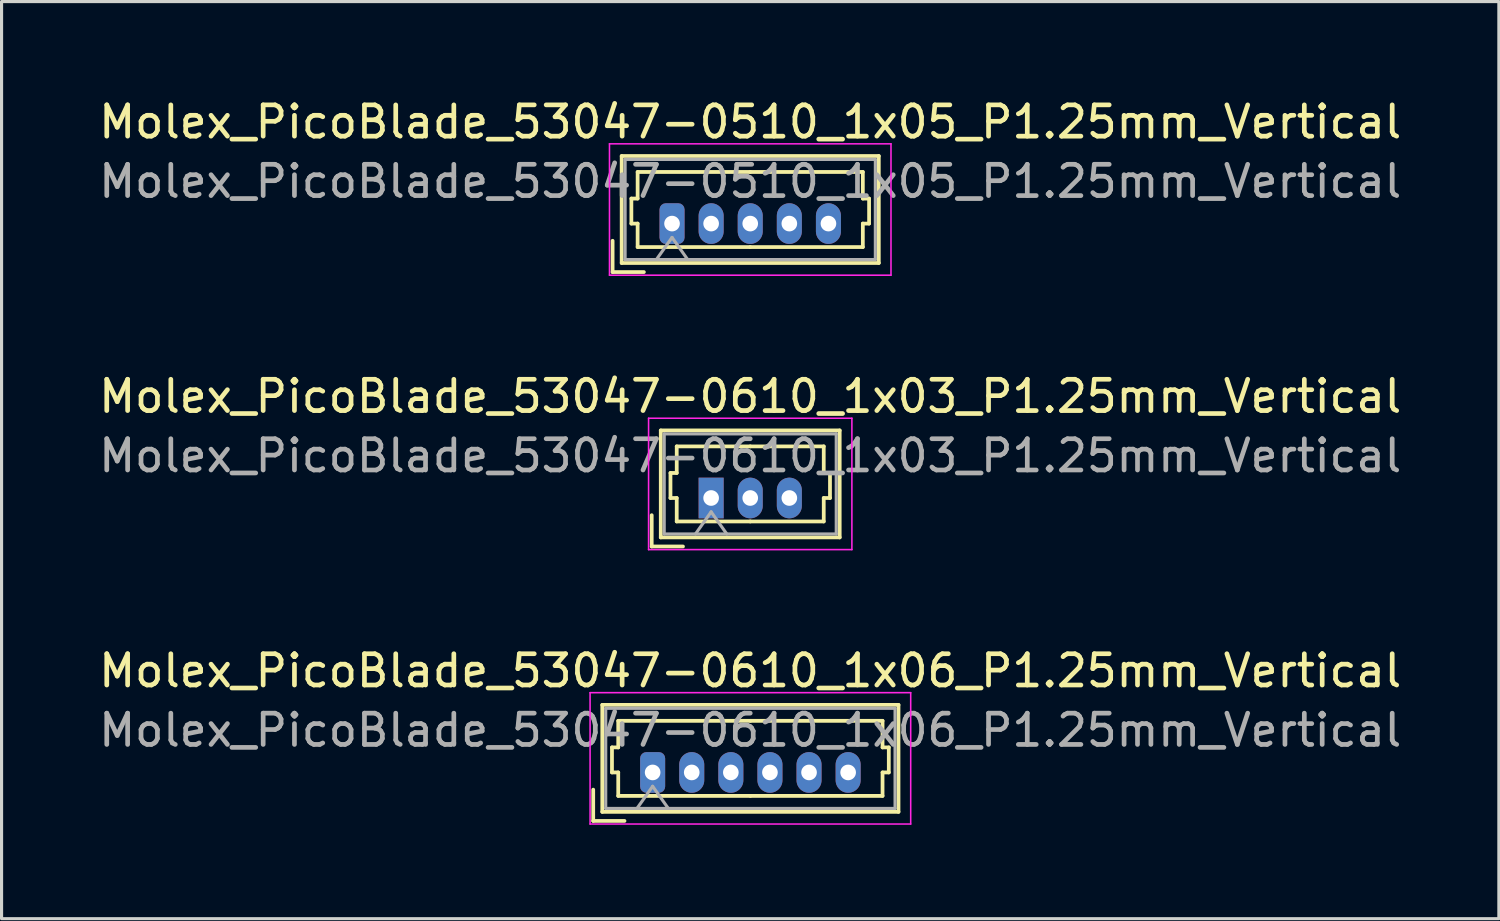
<source format=kicad_pcb>
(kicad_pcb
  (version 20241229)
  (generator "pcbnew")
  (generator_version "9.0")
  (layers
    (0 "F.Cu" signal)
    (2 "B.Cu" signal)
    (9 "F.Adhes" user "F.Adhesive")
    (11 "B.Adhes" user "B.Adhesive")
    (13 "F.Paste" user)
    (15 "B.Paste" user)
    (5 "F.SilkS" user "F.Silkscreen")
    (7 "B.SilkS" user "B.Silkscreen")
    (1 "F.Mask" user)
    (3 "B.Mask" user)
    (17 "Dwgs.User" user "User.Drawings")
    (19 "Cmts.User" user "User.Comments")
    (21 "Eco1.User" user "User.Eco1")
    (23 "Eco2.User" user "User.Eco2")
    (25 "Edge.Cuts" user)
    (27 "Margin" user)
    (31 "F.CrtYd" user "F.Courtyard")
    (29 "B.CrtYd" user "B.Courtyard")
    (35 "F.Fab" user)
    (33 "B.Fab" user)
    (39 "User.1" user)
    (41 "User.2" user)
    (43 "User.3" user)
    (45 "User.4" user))
  (footprint "Molex_PicoBlade_53047-0610_1x03_P1.25mm_Vertical"
    (layer "F.Cu")
    (at 19.685 12.871)
    (property "Reference" "Molex_PicoBlade_53047-0610_1x03_P1.25mm_Vertical" (at 1.25 -3.25 0) (layer "F.SilkS") (effects (font (size 1 1) (thickness 0.15))))
    (attr through_hole)
    (fp_line (start -1.9 1.55) (end -1.9 0.55) (stroke (width 0.12) (type solid)) (layer "F.SilkS"))
    (fp_line (start -1.9 1.55) (end -0.9 1.55) (stroke (width 0.12) (type solid)) (layer "F.SilkS"))
    (fp_line (start -1.61 -2.16) (end -1.61 1.26) (stroke (width 0.12) (type solid)) (layer "F.SilkS"))
    (fp_line (start -1.61 1.26) (end 4.11 1.26) (stroke (width 0.12) (type solid)) (layer "F.SilkS"))
    (fp_line (start -1.3 -0.8) (end -1.1 -0.8) (stroke (width 0.12) (type solid)) (layer "F.SilkS"))
    (fp_line (start -1.3 0) (end -1.3 -0.8) (stroke (width 0.12) (type solid)) (layer "F.SilkS"))
    (fp_line (start -1.1 -1.65) (end 1.25 -1.65) (stroke (width 0.12) (type solid)) (layer "F.SilkS"))
    (fp_line (start -1.1 -0.8) (end -1.1 -1.65) (stroke (width 0.12) (type solid)) (layer "F.SilkS"))
    (fp_line (start -1.1 0) (end -1.3 0) (stroke (width 0.12) (type solid)) (layer "F.SilkS"))
    (fp_line (start -1.1 0.75) (end -1.1 0) (stroke (width 0.12) (type solid)) (layer "F.SilkS"))
    (fp_line (start 1.25 0.75) (end -1.1 0.75) (stroke (width 0.12) (type solid)) (layer "F.SilkS"))
    (fp_line (start 1.25 0.75) (end 3.6 0.75) (stroke (width 0.12) (type solid)) (layer "F.SilkS"))
    (fp_line (start 3.6 -1.65) (end 1.25 -1.65) (stroke (width 0.12) (type solid)) (layer "F.SilkS"))
    (fp_line (start 3.6 -0.8) (end 3.6 -1.65) (stroke (width 0.12) (type solid)) (layer "F.SilkS"))
    (fp_line (start 3.6 0) (end 3.8 0) (stroke (width 0.12) (type solid)) (layer "F.SilkS"))
    (fp_line (start 3.6 0.75) (end 3.6 0) (stroke (width 0.12) (type solid)) (layer "F.SilkS"))
    (fp_line (start 3.8 -0.8) (end 3.6 -0.8) (stroke (width 0.12) (type solid)) (layer "F.SilkS"))
    (fp_line (start 3.8 0) (end 3.8 -0.8) (stroke (width 0.12) (type solid)) (layer "F.SilkS"))
    (fp_line (start 4.11 -2.16) (end -1.61 -2.16) (stroke (width 0.12) (type solid)) (layer "F.SilkS"))
    (fp_line (start 4.11 1.26) (end 4.11 -2.16) (stroke (width 0.12) (type solid)) (layer "F.SilkS"))
    (fp_line (start -2 -2.55) (end -2 1.65) (stroke (width 0.05) (type solid)) (layer "F.CrtYd"))
    (fp_line (start -2 1.65) (end 4.5 1.65) (stroke (width 0.05) (type solid)) (layer "F.CrtYd"))
    (fp_line (start 4.5 -2.55) (end -2 -2.55) (stroke (width 0.05) (type solid)) (layer "F.CrtYd"))
    (fp_line (start 4.5 1.65) (end 4.5 -2.55) (stroke (width 0.05) (type solid)) (layer "F.CrtYd"))
    (fp_line (start -1.5 -2.05) (end -1.5 1.15) (stroke (width 0.1) (type solid)) (layer "F.Fab"))
    (fp_line (start -1.5 1.15) (end 4 1.15) (stroke (width 0.1) (type solid)) (layer "F.Fab"))
    (fp_line (start -0.5 1.15) (end 0 0.443) (stroke (width 0.1) (type solid)) (layer "F.Fab"))
    (fp_line (start 0 0.443) (end 0.5 1.15) (stroke (width 0.1) (type solid)) (layer "F.Fab"))
    (fp_line (start 4 -2.05) (end -1.5 -2.05) (stroke (width 0.1) (type solid)) (layer "F.Fab"))
    (fp_line (start 4 1.15) (end 4 -2.05) (stroke (width 0.1) (type solid)) (layer "F.Fab"))
    (fp_text user "${REFERENCE}" (at 1.25 -1.35 0) (layer "F.Fab") (effects (font (size 1 1) (thickness 0.15))))
    (pad "1" thru_hole rect (at 0 0) (size 0.8 1.3) (drill 0.5) (layers "*.Cu" "*.Mask"))
    (pad "2" thru_hole oval (at 1.25 0) (size 0.8 1.3) (drill 0.5) (layers "*.Cu" "*.Mask"))
    (pad "3" thru_hole oval (at 2.5 0) (size 0.8 1.3) (drill 0.5) (layers "*.Cu" "*.Mask")))
  (footprint "Molex_PicoBlade_53047-0610_1x06_P1.25mm_Vertical"
    (layer "F.Cu")
    (at 17.815 21.645)
    (property "Reference" "Molex_PicoBlade_53047-0610_1x06_P1.25mm_Vertical" (at 3.12 -3.25 0) (layer "F.SilkS") (effects (font (size 1 1) (thickness 0.15))))
    (attr through_hole)
    (fp_line (start -1.9 1.55) (end -1.9 0.55) (stroke (width 0.12) (type solid)) (layer "F.SilkS"))
    (fp_line (start -1.9 1.55) (end -0.9 1.55) (stroke (width 0.12) (type solid)) (layer "F.SilkS"))
    (fp_line (start -1.61 -2.16) (end -1.61 1.26) (stroke (width 0.12) (type solid)) (layer "F.SilkS"))
    (fp_line (start -1.61 1.26) (end 7.86 1.26) (stroke (width 0.12) (type solid)) (layer "F.SilkS"))
    (fp_line (start -1.3 -0.8) (end -1.1 -0.8) (stroke (width 0.12) (type solid)) (layer "F.SilkS"))
    (fp_line (start -1.3 0) (end -1.3 -0.8) (stroke (width 0.12) (type solid)) (layer "F.SilkS"))
    (fp_line (start -1.1 -1.65) (end 3.125 -1.65) (stroke (width 0.12) (type solid)) (layer "F.SilkS"))
    (fp_line (start -1.1 -0.8) (end -1.1 -1.65) (stroke (width 0.12) (type solid)) (layer "F.SilkS"))
    (fp_line (start -1.1 0) (end -1.3 0) (stroke (width 0.12) (type solid)) (layer "F.SilkS"))
    (fp_line (start -1.1 0.75) (end -1.1 0) (stroke (width 0.12) (type solid)) (layer "F.SilkS"))
    (fp_line (start 3.125 0.75) (end -1.1 0.75) (stroke (width 0.12) (type solid)) (layer "F.SilkS"))
    (fp_line (start 3.125 0.75) (end 7.35 0.75) (stroke (width 0.12) (type solid)) (layer "F.SilkS"))
    (fp_line (start 7.35 -1.65) (end 3.125 -1.65) (stroke (width 0.12) (type solid)) (layer "F.SilkS"))
    (fp_line (start 7.35 -0.8) (end 7.35 -1.65) (stroke (width 0.12) (type solid)) (layer "F.SilkS"))
    (fp_line (start 7.35 0) (end 7.55 0) (stroke (width 0.12) (type solid)) (layer "F.SilkS"))
    (fp_line (start 7.35 0.75) (end 7.35 0) (stroke (width 0.12) (type solid)) (layer "F.SilkS"))
    (fp_line (start 7.55 -0.8) (end 7.35 -0.8) (stroke (width 0.12) (type solid)) (layer "F.SilkS"))
    (fp_line (start 7.55 0) (end 7.55 -0.8) (stroke (width 0.12) (type solid)) (layer "F.SilkS"))
    (fp_line (start 7.86 -2.16) (end -1.61 -2.16) (stroke (width 0.12) (type solid)) (layer "F.SilkS"))
    (fp_line (start 7.86 1.26) (end 7.86 -2.16) (stroke (width 0.12) (type solid)) (layer "F.SilkS"))
    (fp_line (start -2 -2.55) (end -2 1.65) (stroke (width 0.05) (type solid)) (layer "F.CrtYd"))
    (fp_line (start -2 1.65) (end 8.25 1.65) (stroke (width 0.05) (type solid)) (layer "F.CrtYd"))
    (fp_line (start 8.25 -2.55) (end -2 -2.55) (stroke (width 0.05) (type solid)) (layer "F.CrtYd"))
    (fp_line (start 8.25 1.65) (end 8.25 -2.55) (stroke (width 0.05) (type solid)) (layer "F.CrtYd"))
    (fp_line (start -1.5 -2.05) (end -1.5 1.15) (stroke (width 0.1) (type solid)) (layer "F.Fab"))
    (fp_line (start -1.5 1.15) (end 7.75 1.15) (stroke (width 0.1) (type solid)) (layer "F.Fab"))
    (fp_line (start -0.5 1.15) (end 0 0.443) (stroke (width 0.1) (type solid)) (layer "F.Fab"))
    (fp_line (start 0 0.443) (end 0.5 1.15) (stroke (width 0.1) (type solid)) (layer "F.Fab"))
    (fp_line (start 7.75 -2.05) (end -1.5 -2.05) (stroke (width 0.1) (type solid)) (layer "F.Fab"))
    (fp_line (start 7.75 1.15) (end 7.75 -2.05) (stroke (width 0.1) (type solid)) (layer "F.Fab"))
    (fp_text user "${REFERENCE}" (at 3.12 -1.35 0) (layer "F.Fab") (effects (font (size 1 1) (thickness 0.15))))
    (pad "1" thru_hole roundrect (at 0 0) (size 0.8 1.3) (drill 0.5) (layers "*.Cu" "*.Mask") (roundrect_rratio 0.25))
    (pad "2" thru_hole oval (at 1.25 0) (size 0.8 1.3) (drill 0.5) (layers "*.Cu" "*.Mask"))
    (pad "3" thru_hole oval (at 2.5 0) (size 0.8 1.3) (drill 0.5) (layers "*.Cu" "*.Mask"))
    (pad "4" thru_hole oval (at 3.75 0) (size 0.8 1.3) (drill 0.5) (layers "*.Cu" "*.Mask"))
    (pad "5" thru_hole oval (at 5 0) (size 0.8 1.3) (drill 0.5) (layers "*.Cu" "*.Mask"))
    (pad "6" thru_hole oval (at 6.25 0) (size 0.8 1.3) (drill 0.5) (layers "*.Cu" "*.Mask")))
  (footprint "Molex_PicoBlade_53047-0510_1x05_P1.25mm_Vertical"
    (layer "F.Cu")
    (at 18.435 4.098)
    (property "Reference" "Molex_PicoBlade_53047-0510_1x05_P1.25mm_Vertical" (at 2.5 -3.25 0) (layer "F.SilkS") (effects (font (size 1 1) (thickness 0.15))))
    (attr through_hole)
    (fp_line (start -1.9 1.55) (end -1.9 0.55) (stroke (width 0.12) (type solid)) (layer "F.SilkS"))
    (fp_line (start -1.9 1.55) (end -0.9 1.55) (stroke (width 0.12) (type solid)) (layer "F.SilkS"))
    (fp_line (start -1.61 -2.16) (end -1.61 1.26) (stroke (width 0.12) (type solid)) (layer "F.SilkS"))
    (fp_line (start -1.61 1.26) (end 6.61 1.26) (stroke (width 0.12) (type solid)) (layer "F.SilkS"))
    (fp_line (start -1.3 -0.8) (end -1.1 -0.8) (stroke (width 0.12) (type solid)) (layer "F.SilkS"))
    (fp_line (start -1.3 0) (end -1.3 -0.8) (stroke (width 0.12) (type solid)) (layer "F.SilkS"))
    (fp_line (start -1.1 -1.65) (end 2.5 -1.65) (stroke (width 0.12) (type solid)) (layer "F.SilkS"))
    (fp_line (start -1.1 -0.8) (end -1.1 -1.65) (stroke (width 0.12) (type solid)) (layer "F.SilkS"))
    (fp_line (start -1.1 0) (end -1.3 0) (stroke (width 0.12) (type solid)) (layer "F.SilkS"))
    (fp_line (start -1.1 0.75) (end -1.1 0) (stroke (width 0.12) (type solid)) (layer "F.SilkS"))
    (fp_line (start 2.5 0.75) (end -1.1 0.75) (stroke (width 0.12) (type solid)) (layer "F.SilkS"))
    (fp_line (start 2.5 0.75) (end 6.1 0.75) (stroke (width 0.12) (type solid)) (layer "F.SilkS"))
    (fp_line (start 6.1 -1.65) (end 2.5 -1.65) (stroke (width 0.12) (type solid)) (layer "F.SilkS"))
    (fp_line (start 6.1 -0.8) (end 6.1 -1.65) (stroke (width 0.12) (type solid)) (layer "F.SilkS"))
    (fp_line (start 6.1 0) (end 6.3 0) (stroke (width 0.12) (type solid)) (layer "F.SilkS"))
    (fp_line (start 6.1 0.75) (end 6.1 0) (stroke (width 0.12) (type solid)) (layer "F.SilkS"))
    (fp_line (start 6.3 -0.8) (end 6.1 -0.8) (stroke (width 0.12) (type solid)) (layer "F.SilkS"))
    (fp_line (start 6.3 0) (end 6.3 -0.8) (stroke (width 0.12) (type solid)) (layer "F.SilkS"))
    (fp_line (start 6.61 -2.16) (end -1.61 -2.16) (stroke (width 0.12) (type solid)) (layer "F.SilkS"))
    (fp_line (start 6.61 1.26) (end 6.61 -2.16) (stroke (width 0.12) (type solid)) (layer "F.SilkS"))
    (fp_line (start -2 -2.55) (end -2 1.65) (stroke (width 0.05) (type solid)) (layer "F.CrtYd"))
    (fp_line (start -2 1.65) (end 7 1.65) (stroke (width 0.05) (type solid)) (layer "F.CrtYd"))
    (fp_line (start 7 -2.55) (end -2 -2.55) (stroke (width 0.05) (type solid)) (layer "F.CrtYd"))
    (fp_line (start 7 1.65) (end 7 -2.55) (stroke (width 0.05) (type solid)) (layer "F.CrtYd"))
    (fp_line (start -1.5 -2.05) (end -1.5 1.15) (stroke (width 0.1) (type solid)) (layer "F.Fab"))
    (fp_line (start -1.5 1.15) (end 6.5 1.15) (stroke (width 0.1) (type solid)) (layer "F.Fab"))
    (fp_line (start -0.5 1.15) (end 0 0.443) (stroke (width 0.1) (type solid)) (layer "F.Fab"))
    (fp_line (start 0 0.443) (end 0.5 1.15) (stroke (width 0.1) (type solid)) (layer "F.Fab"))
    (fp_line (start 6.5 -2.05) (end -1.5 -2.05) (stroke (width 0.1) (type solid)) (layer "F.Fab"))
    (fp_line (start 6.5 1.15) (end 6.5 -2.05) (stroke (width 0.1) (type solid)) (layer "F.Fab"))
    (fp_text user "${REFERENCE}" (at 2.5 -1.35 0) (layer "F.Fab") (effects (font (size 1 1) (thickness 0.15))))
    (pad "1" thru_hole roundrect (at 0 0) (size 0.8 1.3) (drill 0.5) (layers "*.Cu" "*.Mask") (roundrect_rratio 0.25))
    (pad "2" thru_hole oval (at 1.25 0) (size 0.8 1.3) (drill 0.5) (layers "*.Cu" "*.Mask"))
    (pad "3" thru_hole oval (at 2.5 0) (size 0.8 1.3) (drill 0.5) (layers "*.Cu" "*.Mask"))
    (pad "4" thru_hole oval (at 3.75 0) (size 0.8 1.3) (drill 0.5) (layers "*.Cu" "*.Mask"))
    (pad "5" thru_hole oval (at 5 0) (size 0.8 1.3) (drill 0.5) (layers "*.Cu" "*.Mask")))
  (gr_rect
    (start -3 -3)
    (end 44.869 26.32)
    (stroke (width 0.1) (type default))
    (fill no)
    (layer "Edge.Cuts")))
</source>
